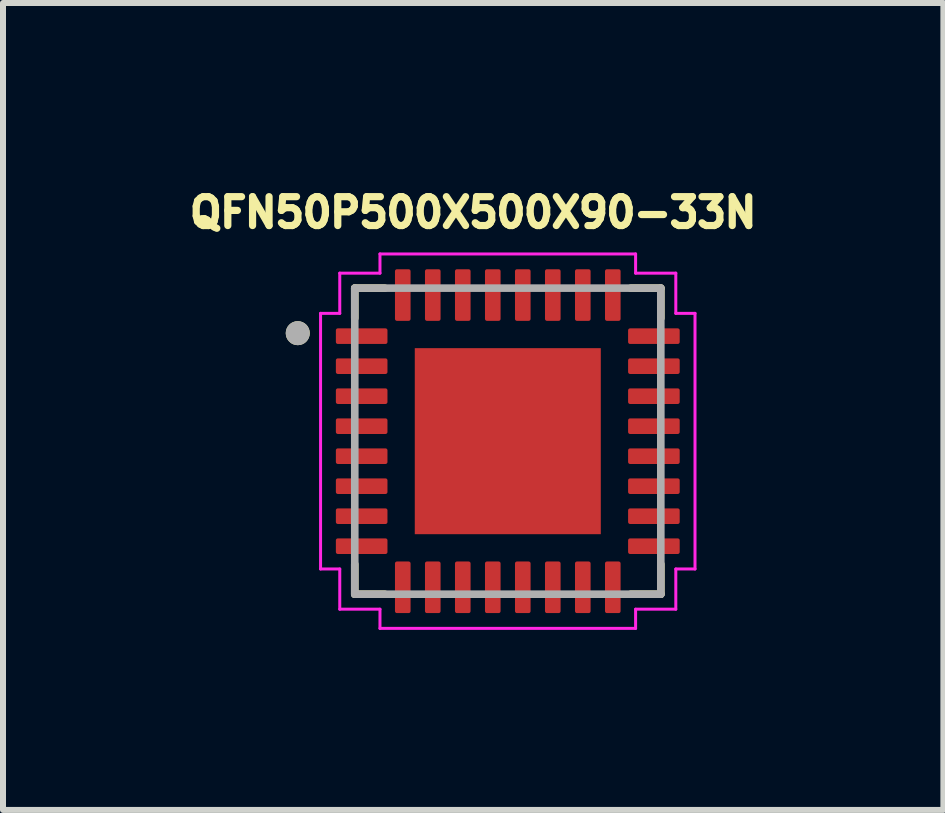
<source format=kicad_pcb>
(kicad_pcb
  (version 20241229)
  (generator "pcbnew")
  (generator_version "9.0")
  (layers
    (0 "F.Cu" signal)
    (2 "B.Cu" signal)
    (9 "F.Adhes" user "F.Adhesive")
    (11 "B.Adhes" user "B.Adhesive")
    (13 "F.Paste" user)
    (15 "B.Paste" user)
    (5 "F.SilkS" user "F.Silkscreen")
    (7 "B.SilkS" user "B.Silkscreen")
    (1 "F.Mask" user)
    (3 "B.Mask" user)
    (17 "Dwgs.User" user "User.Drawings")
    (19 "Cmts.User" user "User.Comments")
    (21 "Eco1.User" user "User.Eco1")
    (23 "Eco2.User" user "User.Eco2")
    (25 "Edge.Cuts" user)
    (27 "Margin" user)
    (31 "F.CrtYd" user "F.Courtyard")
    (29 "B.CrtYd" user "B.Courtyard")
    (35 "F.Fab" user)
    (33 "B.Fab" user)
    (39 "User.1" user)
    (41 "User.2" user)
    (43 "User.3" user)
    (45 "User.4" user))
  (footprint "QFN50P500X500X90-33N"
    (layer "F.Cu")
    (at 5.412 4.302)
    (property "Reference" "QFN50P500X500X90-33N" (at -0.577 -3.81 0) (layer "F.SilkS") (effects (font (size 0.481 0.481) (thickness 0.12))))
    (attr smd)
    (fp_line (start -2.55 -2.55) (end -2.55 -2.05) (stroke (width 0.127) (type solid)) (layer "F.SilkS"))
    (fp_line (start -2.55 2.05) (end -2.55 2.55) (stroke (width 0.127) (type solid)) (layer "F.SilkS"))
    (fp_line (start -2.55 2.55) (end -2.05 2.55) (stroke (width 0.127) (type solid)) (layer "F.SilkS"))
    (fp_line (start -2.05 -2.55) (end -2.55 -2.55) (stroke (width 0.127) (type solid)) (layer "F.SilkS"))
    (fp_line (start 2.05 -2.55) (end 2.55 -2.55) (stroke (width 0.127) (type solid)) (layer "F.SilkS"))
    (fp_line (start 2.05 2.55) (end 2.55 2.55) (stroke (width 0.127) (type solid)) (layer "F.SilkS"))
    (fp_line (start 2.55 -2.55) (end 2.55 -2.05) (stroke (width 0.127) (type solid)) (layer "F.SilkS"))
    (fp_line (start 2.55 2.55) (end 2.55 2.05) (stroke (width 0.127) (type solid)) (layer "F.SilkS"))
    (fp_circle (center -3.5 -1.8) (end -3.4 -1.8) (stroke (width 0.2) (type solid)) (fill no) (layer "F.SilkS"))
    (fp_poly (pts (xy -0.981 -0.98) (xy 0.98 -0.98) (xy 0.98 0.981) (xy -0.981 0.981)) (stroke (width 0.01) (type solid)) (fill yes) (layer "F.Paste"))
    (fp_line (start -3.12 -2.13) (end -2.8 -2.13) (stroke (width 0.05) (type solid)) (layer "F.CrtYd"))
    (fp_line (start -3.12 2.13) (end -3.12 -2.13) (stroke (width 0.05) (type solid)) (layer "F.CrtYd"))
    (fp_line (start -2.8 -2.8) (end -2.13 -2.8) (stroke (width 0.05) (type solid)) (layer "F.CrtYd"))
    (fp_line (start -2.8 -2.13) (end -2.8 -2.8) (stroke (width 0.05) (type solid)) (layer "F.CrtYd"))
    (fp_line (start -2.8 2.13) (end -3.12 2.13) (stroke (width 0.05) (type solid)) (layer "F.CrtYd"))
    (fp_line (start -2.8 2.8) (end -2.8 2.13) (stroke (width 0.05) (type solid)) (layer "F.CrtYd"))
    (fp_line (start -2.13 -3.12) (end 2.13 -3.12) (stroke (width 0.05) (type solid)) (layer "F.CrtYd"))
    (fp_line (start -2.13 -2.8) (end -2.13 -3.12) (stroke (width 0.05) (type solid)) (layer "F.CrtYd"))
    (fp_line (start -2.13 2.8) (end -2.8 2.8) (stroke (width 0.05) (type solid)) (layer "F.CrtYd"))
    (fp_line (start -2.13 3.12) (end -2.13 2.8) (stroke (width 0.05) (type solid)) (layer "F.CrtYd"))
    (fp_line (start 2.13 -3.12) (end 2.13 -2.8) (stroke (width 0.05) (type solid)) (layer "F.CrtYd"))
    (fp_line (start 2.13 -2.8) (end 2.8 -2.8) (stroke (width 0.05) (type solid)) (layer "F.CrtYd"))
    (fp_line (start 2.13 2.8) (end 2.13 3.12) (stroke (width 0.05) (type solid)) (layer "F.CrtYd"))
    (fp_line (start 2.13 3.12) (end -2.13 3.12) (stroke (width 0.05) (type solid)) (layer "F.CrtYd"))
    (fp_line (start 2.8 -2.8) (end 2.8 -2.13) (stroke (width 0.05) (type solid)) (layer "F.CrtYd"))
    (fp_line (start 2.8 -2.13) (end 3.12 -2.13) (stroke (width 0.05) (type solid)) (layer "F.CrtYd"))
    (fp_line (start 2.8 2.13) (end 2.8 2.8) (stroke (width 0.05) (type solid)) (layer "F.CrtYd"))
    (fp_line (start 2.8 2.8) (end 2.13 2.8) (stroke (width 0.05) (type solid)) (layer "F.CrtYd"))
    (fp_line (start 3.12 -2.13) (end 3.12 2.13) (stroke (width 0.05) (type solid)) (layer "F.CrtYd"))
    (fp_line (start 3.12 2.13) (end 2.8 2.13) (stroke (width 0.05) (type solid)) (layer "F.CrtYd"))
    (fp_line (start -2.55 -2.55) (end 2.55 -2.55) (stroke (width 0.127) (type solid)) (layer "F.Fab"))
    (fp_line (start -2.55 2.55) (end -2.55 -2.55) (stroke (width 0.127) (type solid)) (layer "F.Fab"))
    (fp_line (start 2.55 -2.55) (end 2.55 2.55) (stroke (width 0.127) (type solid)) (layer "F.Fab"))
    (fp_line (start 2.55 2.55) (end -2.55 2.55) (stroke (width 0.127) (type solid)) (layer "F.Fab"))
    (fp_circle (center -3.5 -1.8) (end -3.4 -1.8) (stroke (width 0.2) (type solid)) (fill no) (layer "F.Fab"))
    (pad "1" smd roundrect (at -2.435 -1.75) (size 0.86 0.26) (layers "F.Cu" "F.Mask" "F.Paste") (roundrect_rratio 0.125))
    (pad "2" smd roundrect (at -2.435 -1.25) (size 0.86 0.26) (layers "F.Cu" "F.Mask" "F.Paste") (roundrect_rratio 0.125))
    (pad "3" smd roundrect (at -2.435 -0.75) (size 0.86 0.26) (layers "F.Cu" "F.Mask" "F.Paste") (roundrect_rratio 0.125))
    (pad "4" smd roundrect (at -2.435 -0.25) (size 0.86 0.26) (layers "F.Cu" "F.Mask" "F.Paste") (roundrect_rratio 0.125))
    (pad "5" smd roundrect (at -2.435 0.25) (size 0.86 0.26) (layers "F.Cu" "F.Mask" "F.Paste") (roundrect_rratio 0.125))
    (pad "6" smd roundrect (at -2.435 0.75) (size 0.86 0.26) (layers "F.Cu" "F.Mask" "F.Paste") (roundrect_rratio 0.125))
    (pad "7" smd roundrect (at -2.435 1.25) (size 0.86 0.26) (layers "F.Cu" "F.Mask" "F.Paste") (roundrect_rratio 0.125))
    (pad "8" smd roundrect (at -2.435 1.75) (size 0.86 0.26) (layers "F.Cu" "F.Mask" "F.Paste") (roundrect_rratio 0.125))
    (pad "9" smd roundrect (at -1.75 2.435 90) (size 0.86 0.26) (layers "F.Cu" "F.Mask" "F.Paste") (roundrect_rratio 0.125))
    (pad "10" smd roundrect (at -1.25 2.435 90) (size 0.86 0.26) (layers "F.Cu" "F.Mask" "F.Paste") (roundrect_rratio 0.125))
    (pad "11" smd roundrect (at -0.75 2.435 90) (size 0.86 0.26) (layers "F.Cu" "F.Mask" "F.Paste") (roundrect_rratio 0.125))
    (pad "12" smd roundrect (at -0.25 2.435 90) (size 0.86 0.26) (layers "F.Cu" "F.Mask" "F.Paste") (roundrect_rratio 0.125))
    (pad "13" smd roundrect (at 0.25 2.435 90) (size 0.86 0.26) (layers "F.Cu" "F.Mask" "F.Paste") (roundrect_rratio 0.125))
    (pad "14" smd roundrect (at 0.75 2.435 90) (size 0.86 0.26) (layers "F.Cu" "F.Mask" "F.Paste") (roundrect_rratio 0.125))
    (pad "15" smd roundrect (at 1.25 2.435 90) (size 0.86 0.26) (layers "F.Cu" "F.Mask" "F.Paste") (roundrect_rratio 0.125))
    (pad "16" smd roundrect (at 1.75 2.435 90) (size 0.86 0.26) (layers "F.Cu" "F.Mask" "F.Paste") (roundrect_rratio 0.125))
    (pad "17" smd roundrect (at 2.435 1.75) (size 0.86 0.26) (layers "F.Cu" "F.Mask" "F.Paste") (roundrect_rratio 0.125))
    (pad "18" smd roundrect (at 2.435 1.25) (size 0.86 0.26) (layers "F.Cu" "F.Mask" "F.Paste") (roundrect_rratio 0.125))
    (pad "19" smd roundrect (at 2.435 0.75) (size 0.86 0.26) (layers "F.Cu" "F.Mask" "F.Paste") (roundrect_rratio 0.125))
    (pad "20" smd roundrect (at 2.435 0.25) (size 0.86 0.26) (layers "F.Cu" "F.Mask" "F.Paste") (roundrect_rratio 0.125))
    (pad "21" smd roundrect (at 2.435 -0.25) (size 0.86 0.26) (layers "F.Cu" "F.Mask" "F.Paste") (roundrect_rratio 0.125))
    (pad "22" smd roundrect (at 2.435 -0.75) (size 0.86 0.26) (layers "F.Cu" "F.Mask" "F.Paste") (roundrect_rratio 0.125))
    (pad "23" smd roundrect (at 2.435 -1.25) (size 0.86 0.26) (layers "F.Cu" "F.Mask" "F.Paste") (roundrect_rratio 0.125))
    (pad "24" smd roundrect (at 2.435 -1.75) (size 0.86 0.26) (layers "F.Cu" "F.Mask" "F.Paste") (roundrect_rratio 0.125))
    (pad "25" smd roundrect (at 1.75 -2.435 90) (size 0.86 0.26) (layers "F.Cu" "F.Mask" "F.Paste") (roundrect_rratio 0.125))
    (pad "26" smd roundrect (at 1.25 -2.435 90) (size 0.86 0.26) (layers "F.Cu" "F.Mask" "F.Paste") (roundrect_rratio 0.125))
    (pad "27" smd roundrect (at 0.75 -2.435 90) (size 0.86 0.26) (layers "F.Cu" "F.Mask" "F.Paste") (roundrect_rratio 0.125))
    (pad "28" smd roundrect (at 0.25 -2.435 90) (size 0.86 0.26) (layers "F.Cu" "F.Mask" "F.Paste") (roundrect_rratio 0.125))
    (pad "29" smd roundrect (at -0.25 -2.435 90) (size 0.86 0.26) (layers "F.Cu" "F.Mask" "F.Paste") (roundrect_rratio 0.125))
    (pad "30" smd roundrect (at -0.75 -2.435 90) (size 0.86 0.26) (layers "F.Cu" "F.Mask" "F.Paste") (roundrect_rratio 0.125))
    (pad "31" smd roundrect (at -1.25 -2.435 90) (size 0.86 0.26) (layers "F.Cu" "F.Mask" "F.Paste") (roundrect_rratio 0.125))
    (pad "32" smd roundrect (at -1.75 -2.435 90) (size 0.86 0.26) (layers "F.Cu" "F.Mask" "F.Paste") (roundrect_rratio 0.125))
    (pad "33" smd rect (at 0 0) (size 3.1 3.1) (layers "F.Cu" "F.Mask")))
  (gr_rect
    (start -3 -3)
    (end 12.671 10.447)
    (stroke (width 0.1) (type default))
    (fill no)
    (layer "Edge.Cuts")))
</source>
